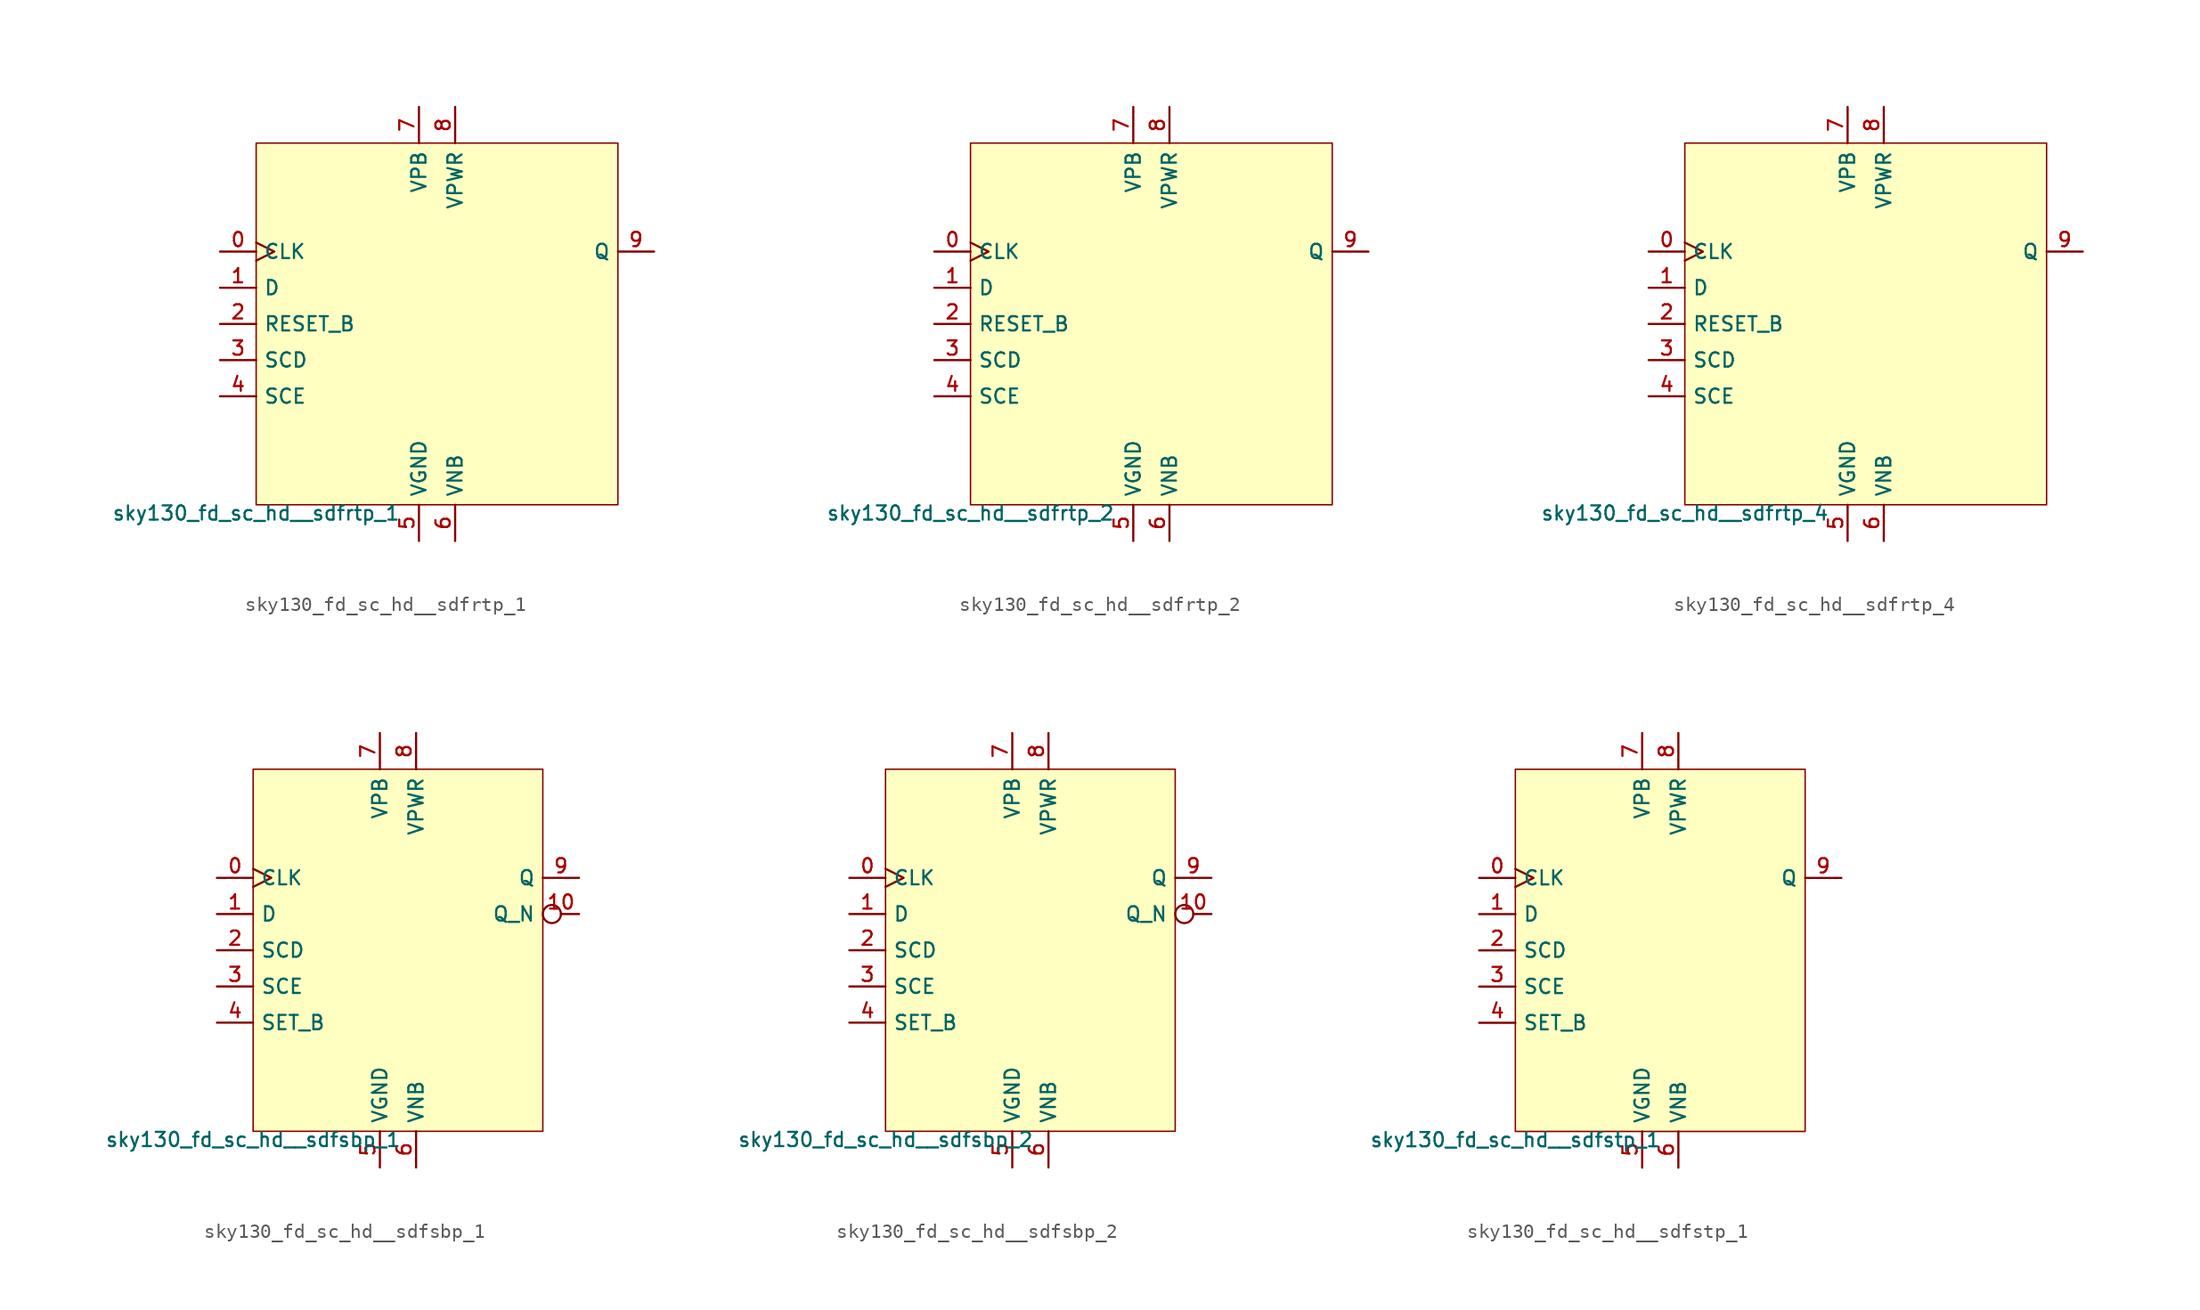
<source format=kicad_sym>
(kicad_symbol_lib
  (version 20211014)
  (generator lef2kicad_sym)
  (symbol "sky130_fd_sc_hd__sdfrtp_1"
    (property "Reference" "X"
      (at 0 0 0)
      (effects (font (size 1 1)) hide))
    (property "Value" "sky130_fd_sc_hd__sdfrtp_1"
      (at -12.7 -12.7 0)
      (effects (font (size 1 1)) (justify top)))
    (rectangle
      (start -12.7 -12.7)
      (end 12.7 12.7)
      (stroke (width 0.1) (type solid) (color 0 0 0 0))
      (fill (type background)))
    (pin input clock
      (at -15.24 5.08 0)
      (length 2.54)
      (name "CLK" (effects (font (size 1 1)) hide))
      (number "0" (effects (font (size 1 1)) hide)))
    (pin input line
      (at -15.24 2.54 0)
      (length 2.54)
      (name "D" (effects (font (size 1 1)) hide))
      (number "1" (effects (font (size 1 1)) hide)))
    (pin input line
      (at -15.24 -8.881784197001252e-16 0)
      (length 2.54)
      (name "RESET_B" (effects (font (size 1 1)) hide))
      (number "2" (effects (font (size 1 1)) hide)))
    (pin input line
      (at -15.24 -2.54 0)
      (length 2.54)
      (name "SCD" (effects (font (size 1 1)) hide))
      (number "3" (effects (font (size 1 1)) hide)))
    (pin input line
      (at -15.24 -5.08 0)
      (length 2.54)
      (name "SCE" (effects (font (size 1 1)) hide))
      (number "4" (effects (font (size 1 1)) hide)))
    (pin power_in line
      (at -1.27 -15.24 90)
      (length 2.54)
      (name "VGND" (effects (font (size 1 1)) hide))
      (number "5" (effects (font (size 1 1)) hide)))
    (pin power_in line
      (at 1.27 -15.24 90)
      (length 2.54)
      (name "VNB" (effects (font (size 1 1)) hide))
      (number "6" (effects (font (size 1 1)) hide)))
    (pin power_in line
      (at -1.27 15.24 270)
      (length 2.54)
      (name "VPB" (effects (font (size 1 1)) hide))
      (number "7" (effects (font (size 1 1)) hide)))
    (pin power_in line
      (at 1.27 15.24 270)
      (length 2.54)
      (name "VPWR" (effects (font (size 1 1)) hide))
      (number "8" (effects (font (size 1 1)) hide)))
    (pin output line
      (at 15.24 5.08 180)
      (length 2.54)
      (name "Q" (effects (font (size 1 1)) hide))
      (number "9" (effects (font (size 1 1)) hide))))
  (symbol "sky130_fd_sc_hd__sdfrtp_2"
    (property "Reference" "X"
      (at 0 0 0)
      (effects (font (size 1 1)) hide))
    (property "Value" "sky130_fd_sc_hd__sdfrtp_2"
      (at -12.7 -12.7 0)
      (effects (font (size 1 1)) (justify top)))
    (rectangle
      (start -12.7 -12.7)
      (end 12.7 12.7)
      (stroke (width 0.1) (type solid) (color 0 0 0 0))
      (fill (type background)))
    (pin input clock
      (at -15.24 5.08 0)
      (length 2.54)
      (name "CLK" (effects (font (size 1 1)) hide))
      (number "0" (effects (font (size 1 1)) hide)))
    (pin input line
      (at -15.24 2.54 0)
      (length 2.54)
      (name "D" (effects (font (size 1 1)) hide))
      (number "1" (effects (font (size 1 1)) hide)))
    (pin input line
      (at -15.24 -8.881784197001252e-16 0)
      (length 2.54)
      (name "RESET_B" (effects (font (size 1 1)) hide))
      (number "2" (effects (font (size 1 1)) hide)))
    (pin input line
      (at -15.24 -2.54 0)
      (length 2.54)
      (name "SCD" (effects (font (size 1 1)) hide))
      (number "3" (effects (font (size 1 1)) hide)))
    (pin input line
      (at -15.24 -5.08 0)
      (length 2.54)
      (name "SCE" (effects (font (size 1 1)) hide))
      (number "4" (effects (font (size 1 1)) hide)))
    (pin power_in line
      (at -1.27 -15.24 90)
      (length 2.54)
      (name "VGND" (effects (font (size 1 1)) hide))
      (number "5" (effects (font (size 1 1)) hide)))
    (pin power_in line
      (at 1.27 -15.24 90)
      (length 2.54)
      (name "VNB" (effects (font (size 1 1)) hide))
      (number "6" (effects (font (size 1 1)) hide)))
    (pin power_in line
      (at -1.27 15.24 270)
      (length 2.54)
      (name "VPB" (effects (font (size 1 1)) hide))
      (number "7" (effects (font (size 1 1)) hide)))
    (pin power_in line
      (at 1.27 15.24 270)
      (length 2.54)
      (name "VPWR" (effects (font (size 1 1)) hide))
      (number "8" (effects (font (size 1 1)) hide)))
    (pin output line
      (at 15.24 5.08 180)
      (length 2.54)
      (name "Q" (effects (font (size 1 1)) hide))
      (number "9" (effects (font (size 1 1)) hide))))
  (symbol "sky130_fd_sc_hd__sdfrtp_4"
    (property "Reference" "X"
      (at 0 0 0)
      (effects (font (size 1 1)) hide))
    (property "Value" "sky130_fd_sc_hd__sdfrtp_4"
      (at -12.7 -12.7 0)
      (effects (font (size 1 1)) (justify top)))
    (rectangle
      (start -12.7 -12.7)
      (end 12.7 12.7)
      (stroke (width 0.1) (type solid) (color 0 0 0 0))
      (fill (type background)))
    (pin input clock
      (at -15.24 5.08 0)
      (length 2.54)
      (name "CLK" (effects (font (size 1 1)) hide))
      (number "0" (effects (font (size 1 1)) hide)))
    (pin input line
      (at -15.24 2.54 0)
      (length 2.54)
      (name "D" (effects (font (size 1 1)) hide))
      (number "1" (effects (font (size 1 1)) hide)))
    (pin input line
      (at -15.24 -8.881784197001252e-16 0)
      (length 2.54)
      (name "RESET_B" (effects (font (size 1 1)) hide))
      (number "2" (effects (font (size 1 1)) hide)))
    (pin input line
      (at -15.24 -2.54 0)
      (length 2.54)
      (name "SCD" (effects (font (size 1 1)) hide))
      (number "3" (effects (font (size 1 1)) hide)))
    (pin input line
      (at -15.24 -5.08 0)
      (length 2.54)
      (name "SCE" (effects (font (size 1 1)) hide))
      (number "4" (effects (font (size 1 1)) hide)))
    (pin power_in line
      (at -1.27 -15.24 90)
      (length 2.54)
      (name "VGND" (effects (font (size 1 1)) hide))
      (number "5" (effects (font (size 1 1)) hide)))
    (pin power_in line
      (at 1.27 -15.24 90)
      (length 2.54)
      (name "VNB" (effects (font (size 1 1)) hide))
      (number "6" (effects (font (size 1 1)) hide)))
    (pin power_in line
      (at -1.27 15.24 270)
      (length 2.54)
      (name "VPB" (effects (font (size 1 1)) hide))
      (number "7" (effects (font (size 1 1)) hide)))
    (pin power_in line
      (at 1.27 15.24 270)
      (length 2.54)
      (name "VPWR" (effects (font (size 1 1)) hide))
      (number "8" (effects (font (size 1 1)) hide)))
    (pin output line
      (at 15.24 5.08 180)
      (length 2.54)
      (name "Q" (effects (font (size 1 1)) hide))
      (number "9" (effects (font (size 1 1)) hide))))
  (symbol "sky130_fd_sc_hd__sdfsbp_1"
    (property "Reference" "X"
      (at 0 0 0)
      (effects (font (size 1 1)) hide))
    (property "Value" "sky130_fd_sc_hd__sdfsbp_1"
      (at -10.16 -12.7 0)
      (effects (font (size 1 1)) (justify top)))
    (rectangle
      (start -10.16 -12.7)
      (end 10.16 12.7)
      (stroke (width 0.1) (type solid) (color 0 0 0 0))
      (fill (type background)))
    (pin input clock
      (at -12.7 5.08 0)
      (length 2.54)
      (name "CLK" (effects (font (size 1 1)) hide))
      (number "0" (effects (font (size 1 1)) hide)))
    (pin input line
      (at -12.7 2.54 0)
      (length 2.54)
      (name "D" (effects (font (size 1 1)) hide))
      (number "1" (effects (font (size 1 1)) hide)))
    (pin input line
      (at -12.7 -8.881784197001252e-16 0)
      (length 2.54)
      (name "SCD" (effects (font (size 1 1)) hide))
      (number "2" (effects (font (size 1 1)) hide)))
    (pin input line
      (at -12.7 -2.54 0)
      (length 2.54)
      (name "SCE" (effects (font (size 1 1)) hide))
      (number "3" (effects (font (size 1 1)) hide)))
    (pin input line
      (at -12.7 -5.08 0)
      (length 2.54)
      (name "SET_B" (effects (font (size 1 1)) hide))
      (number "4" (effects (font (size 1 1)) hide)))
    (pin power_in line
      (at -1.27 -15.24 90)
      (length 2.54)
      (name "VGND" (effects (font (size 1 1)) hide))
      (number "5" (effects (font (size 1 1)) hide)))
    (pin power_in line
      (at 1.27 -15.24 90)
      (length 2.54)
      (name "VNB" (effects (font (size 1 1)) hide))
      (number "6" (effects (font (size 1 1)) hide)))
    (pin power_in line
      (at -1.27 15.24 270)
      (length 2.54)
      (name "VPB" (effects (font (size 1 1)) hide))
      (number "7" (effects (font (size 1 1)) hide)))
    (pin power_in line
      (at 1.27 15.24 270)
      (length 2.54)
      (name "VPWR" (effects (font (size 1 1)) hide))
      (number "8" (effects (font (size 1 1)) hide)))
    (pin output line
      (at 12.7 5.08 180)
      (length 2.54)
      (name "Q" (effects (font (size 1 1)) hide))
      (number "9" (effects (font (size 1 1)) hide)))
    (pin output inverted
      (at 12.7 2.54 180)
      (length 2.54)
      (name "Q_N" (effects (font (size 1 1)) hide))
      (number "10" (effects (font (size 1 1)) hide))))
  (symbol "sky130_fd_sc_hd__sdfsbp_2"
    (property "Reference" "X"
      (at 0 0 0)
      (effects (font (size 1 1)) hide))
    (property "Value" "sky130_fd_sc_hd__sdfsbp_2"
      (at -10.16 -12.7 0)
      (effects (font (size 1 1)) (justify top)))
    (rectangle
      (start -10.16 -12.7)
      (end 10.16 12.7)
      (stroke (width 0.1) (type solid) (color 0 0 0 0))
      (fill (type background)))
    (pin input clock
      (at -12.7 5.08 0)
      (length 2.54)
      (name "CLK" (effects (font (size 1 1)) hide))
      (number "0" (effects (font (size 1 1)) hide)))
    (pin input line
      (at -12.7 2.54 0)
      (length 2.54)
      (name "D" (effects (font (size 1 1)) hide))
      (number "1" (effects (font (size 1 1)) hide)))
    (pin input line
      (at -12.7 -8.881784197001252e-16 0)
      (length 2.54)
      (name "SCD" (effects (font (size 1 1)) hide))
      (number "2" (effects (font (size 1 1)) hide)))
    (pin input line
      (at -12.7 -2.54 0)
      (length 2.54)
      (name "SCE" (effects (font (size 1 1)) hide))
      (number "3" (effects (font (size 1 1)) hide)))
    (pin input line
      (at -12.7 -5.08 0)
      (length 2.54)
      (name "SET_B" (effects (font (size 1 1)) hide))
      (number "4" (effects (font (size 1 1)) hide)))
    (pin power_in line
      (at -1.27 -15.24 90)
      (length 2.54)
      (name "VGND" (effects (font (size 1 1)) hide))
      (number "5" (effects (font (size 1 1)) hide)))
    (pin power_in line
      (at 1.27 -15.24 90)
      (length 2.54)
      (name "VNB" (effects (font (size 1 1)) hide))
      (number "6" (effects (font (size 1 1)) hide)))
    (pin power_in line
      (at -1.27 15.24 270)
      (length 2.54)
      (name "VPB" (effects (font (size 1 1)) hide))
      (number "7" (effects (font (size 1 1)) hide)))
    (pin power_in line
      (at 1.27 15.24 270)
      (length 2.54)
      (name "VPWR" (effects (font (size 1 1)) hide))
      (number "8" (effects (font (size 1 1)) hide)))
    (pin output line
      (at 12.7 5.08 180)
      (length 2.54)
      (name "Q" (effects (font (size 1 1)) hide))
      (number "9" (effects (font (size 1 1)) hide)))
    (pin output inverted
      (at 12.7 2.54 180)
      (length 2.54)
      (name "Q_N" (effects (font (size 1 1)) hide))
      (number "10" (effects (font (size 1 1)) hide))))
  (symbol "sky130_fd_sc_hd__sdfstp_1"
    (property "Reference" "X"
      (at 0 0 0)
      (effects (font (size 1 1)) hide))
    (property "Value" "sky130_fd_sc_hd__sdfstp_1"
      (at -10.16 -12.7 0)
      (effects (font (size 1 1)) (justify top)))
    (rectangle
      (start -10.16 -12.7)
      (end 10.16 12.7)
      (stroke (width 0.1) (type solid) (color 0 0 0 0))
      (fill (type background)))
    (pin input clock
      (at -12.7 5.08 0)
      (length 2.54)
      (name "CLK" (effects (font (size 1 1)) hide))
      (number "0" (effects (font (size 1 1)) hide)))
    (pin input line
      (at -12.7 2.54 0)
      (length 2.54)
      (name "D" (effects (font (size 1 1)) hide))
      (number "1" (effects (font (size 1 1)) hide)))
    (pin input line
      (at -12.7 -8.881784197001252e-16 0)
      (length 2.54)
      (name "SCD" (effects (font (size 1 1)) hide))
      (number "2" (effects (font (size 1 1)) hide)))
    (pin input line
      (at -12.7 -2.54 0)
      (length 2.54)
      (name "SCE" (effects (font (size 1 1)) hide))
      (number "3" (effects (font (size 1 1)) hide)))
    (pin input line
      (at -12.7 -5.08 0)
      (length 2.54)
      (name "SET_B" (effects (font (size 1 1)) hide))
      (number "4" (effects (font (size 1 1)) hide)))
    (pin power_in line
      (at -1.27 -15.24 90)
      (length 2.54)
      (name "VGND" (effects (font (size 1 1)) hide))
      (number "5" (effects (font (size 1 1)) hide)))
    (pin power_in line
      (at 1.27 -15.24 90)
      (length 2.54)
      (name "VNB" (effects (font (size 1 1)) hide))
      (number "6" (effects (font (size 1 1)) hide)))
    (pin power_in line
      (at -1.27 15.24 270)
      (length 2.54)
      (name "VPB" (effects (font (size 1 1)) hide))
      (number "7" (effects (font (size 1 1)) hide)))
    (pin power_in line
      (at 1.27 15.24 270)
      (length 2.54)
      (name "VPWR" (effects (font (size 1 1)) hide))
      (number "8" (effects (font (size 1 1)) hide)))
    (pin output line
      (at 12.7 5.08 180)
      (length 2.54)
      (name "Q" (effects (font (size 1 1)) hide))
      (number "9" (effects (font (size 1 1)) hide)))))
</source>
